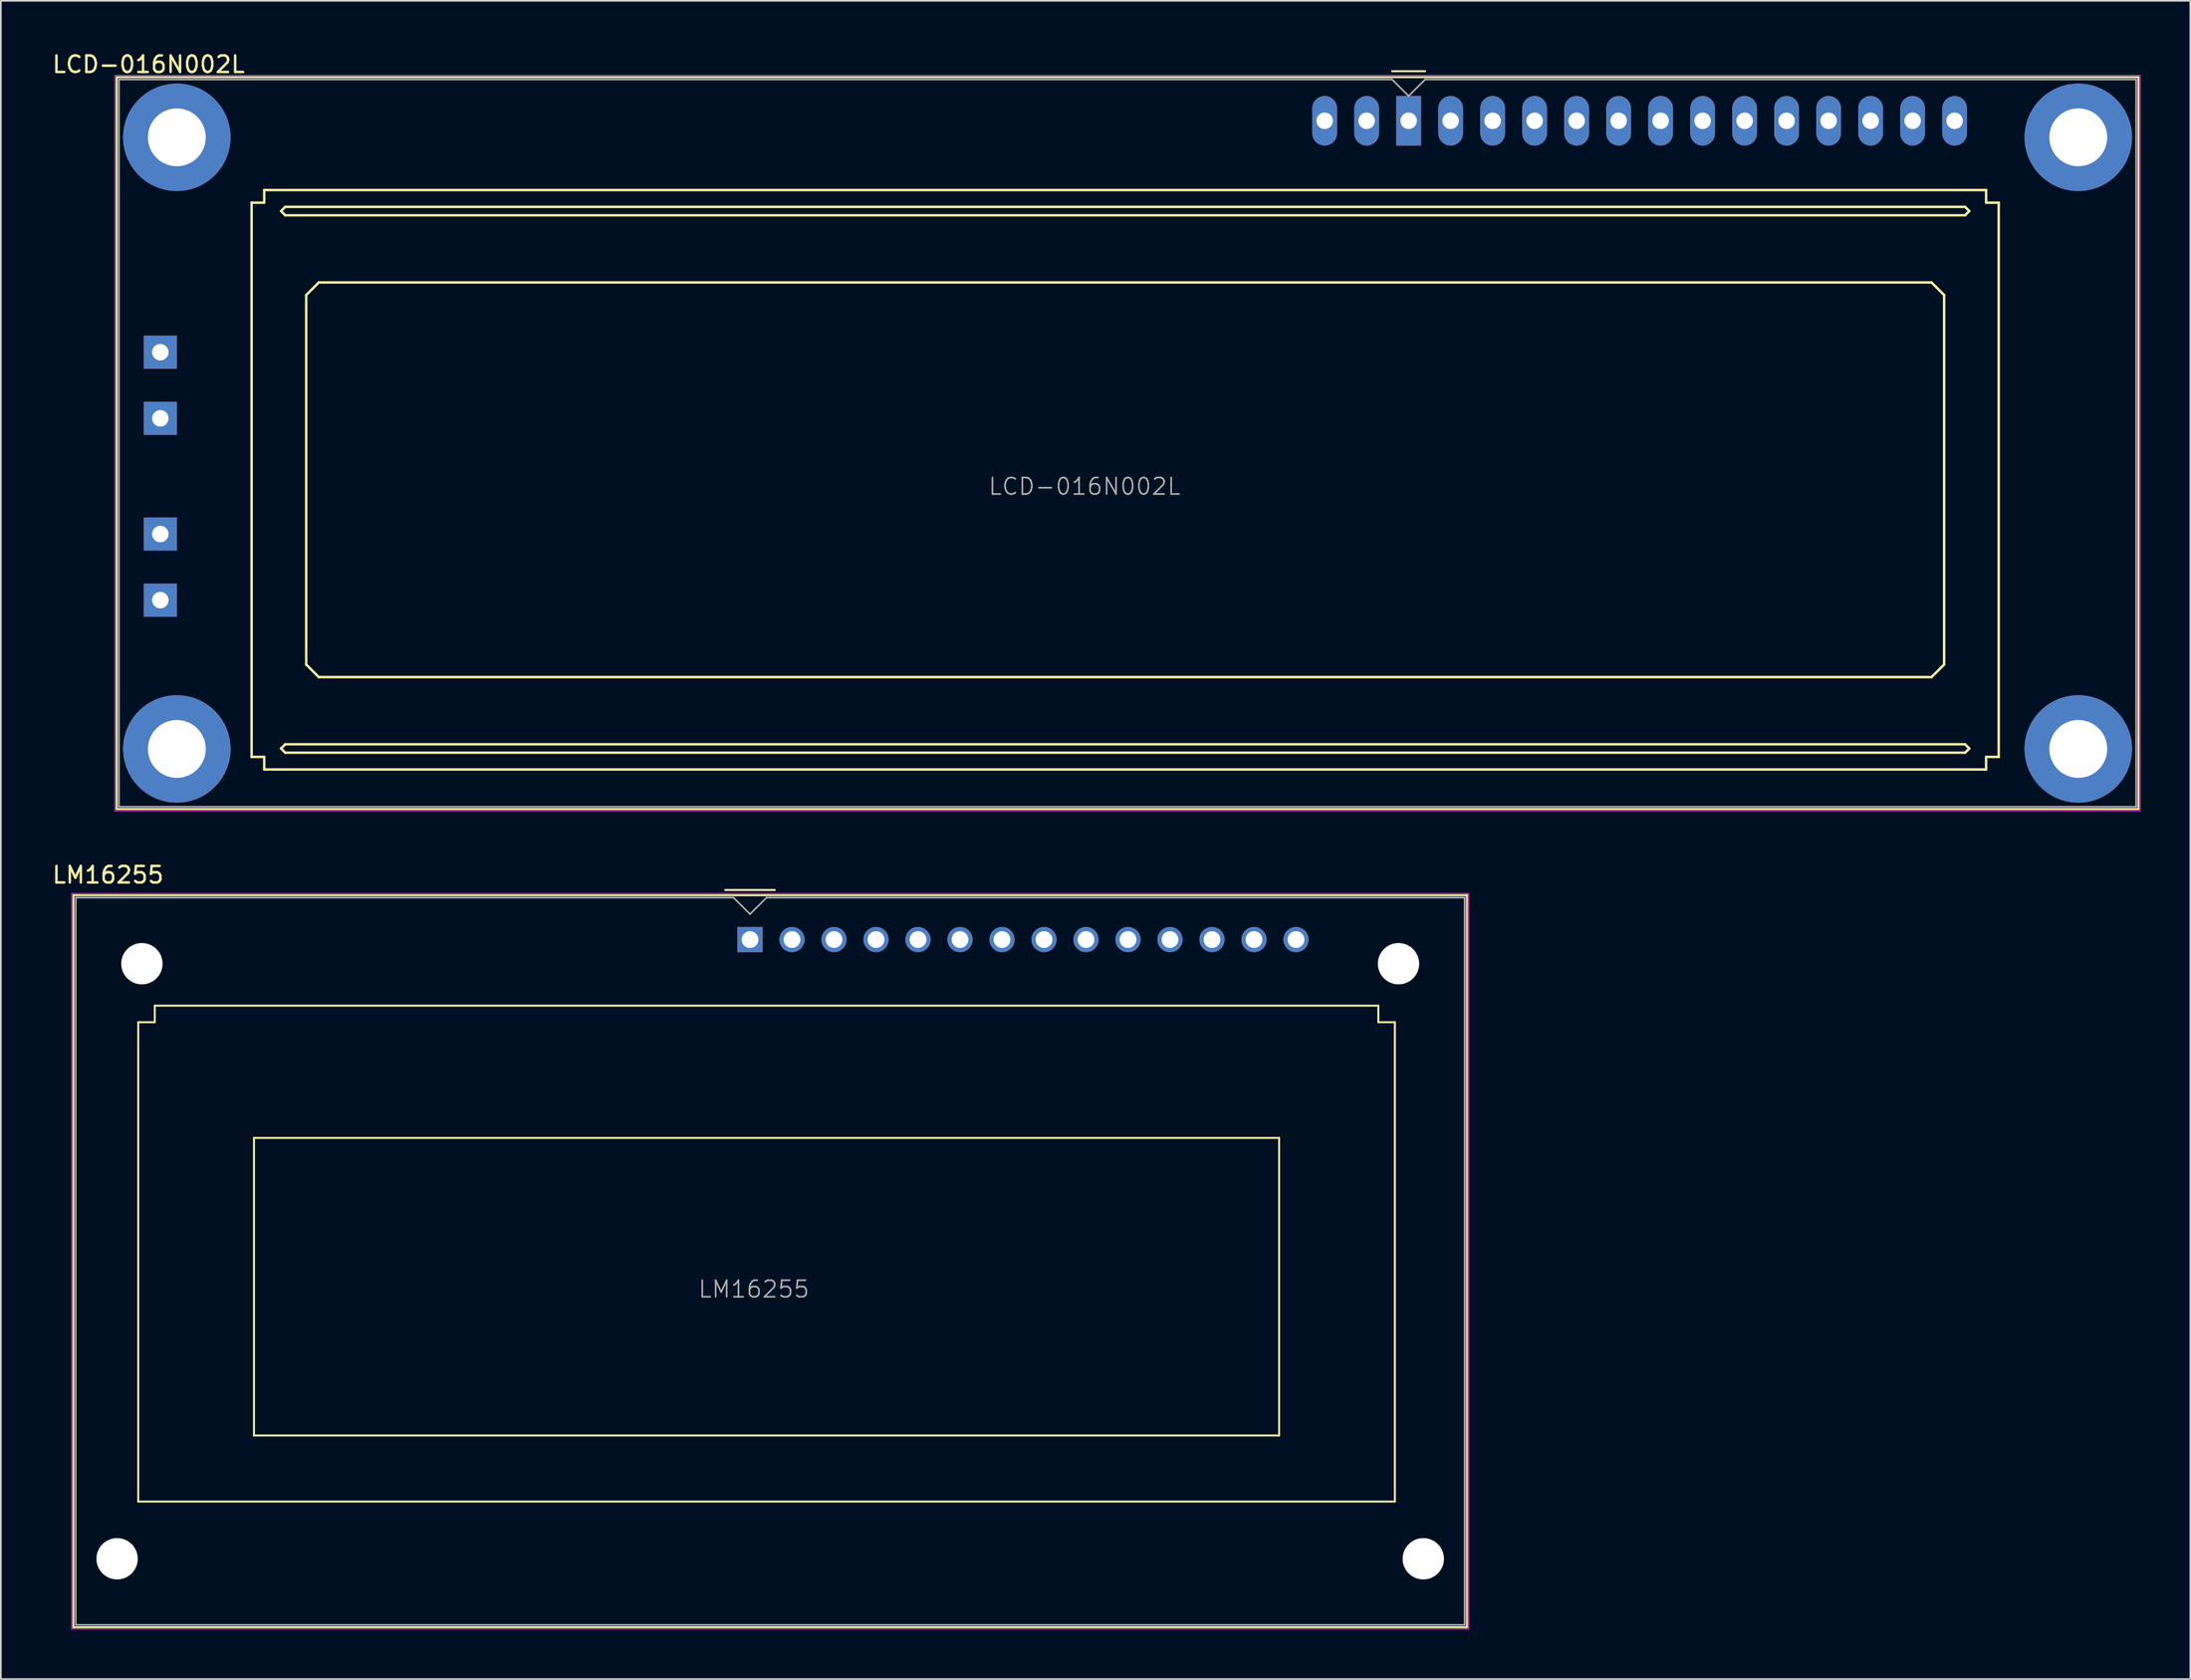
<source format=kicad_pcb>
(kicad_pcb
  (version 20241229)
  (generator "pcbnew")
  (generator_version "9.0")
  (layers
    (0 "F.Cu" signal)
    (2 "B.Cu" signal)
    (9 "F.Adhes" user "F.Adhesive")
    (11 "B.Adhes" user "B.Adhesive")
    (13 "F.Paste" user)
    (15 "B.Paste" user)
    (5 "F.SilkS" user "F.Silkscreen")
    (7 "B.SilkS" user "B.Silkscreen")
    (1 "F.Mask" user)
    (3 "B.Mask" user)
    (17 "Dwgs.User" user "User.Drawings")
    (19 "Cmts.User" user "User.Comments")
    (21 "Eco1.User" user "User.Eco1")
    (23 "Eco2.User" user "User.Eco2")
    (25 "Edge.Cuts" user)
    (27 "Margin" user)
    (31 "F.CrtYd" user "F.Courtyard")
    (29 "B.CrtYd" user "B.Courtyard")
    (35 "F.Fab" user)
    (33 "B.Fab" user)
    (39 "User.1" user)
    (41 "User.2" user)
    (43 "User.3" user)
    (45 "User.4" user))
  (footprint "LCD-016N002L"
    (layer "F.Cu")
    (at 82.145 4.258)
    (property "Reference" "LCD-016N002L" (at -76.21 -3.41 180) (layer "F.SilkS") (effects (font (size 1 1) (thickness 0.15))))
    (attr through_hole)
    (fp_line (start -78.14 -2.64) (end -78.14 41.64) (stroke (width 0.12) (type solid)) (layer "F.SilkS"))
    (fp_line (start -78.14 41.64) (end 44.14 41.64) (stroke (width 0.12) (type solid)) (layer "F.SilkS"))
    (fp_line (start -69.977 4.953) (end -69.977 38.481) (stroke (width 0.15) (type solid)) (layer "F.SilkS"))
    (fp_line (start -69.215 4.191) (end -69.215 4.953) (stroke (width 0.15) (type solid)) (layer "F.SilkS"))
    (fp_line (start -69.215 4.953) (end -69.977 4.953) (stroke (width 0.15) (type solid)) (layer "F.SilkS"))
    (fp_line (start -69.215 38.481) (end -69.977 38.481) (stroke (width 0.15) (type solid)) (layer "F.SilkS"))
    (fp_line (start -69.215 39.243) (end -69.215 38.481) (stroke (width 0.15) (type solid)) (layer "F.SilkS"))
    (fp_line (start -69.215 39.243) (end 34.925 39.243) (stroke (width 0.15) (type solid)) (layer "F.SilkS"))
    (fp_line (start -68.199 5.461) (end -67.945 5.715) (stroke (width 0.15) (type solid)) (layer "F.SilkS"))
    (fp_line (start -68.199 37.973) (end -67.945 38.227) (stroke (width 0.15) (type solid)) (layer "F.SilkS"))
    (fp_line (start -67.945 5.207) (end -68.199 5.461) (stroke (width 0.15) (type solid)) (layer "F.SilkS"))
    (fp_line (start -67.945 5.715) (end 33.655 5.715) (stroke (width 0.15) (type solid)) (layer "F.SilkS"))
    (fp_line (start -67.945 37.719) (end -68.199 37.973) (stroke (width 0.15) (type solid)) (layer "F.SilkS"))
    (fp_line (start -67.945 38.227) (end 33.655 38.227) (stroke (width 0.15) (type solid)) (layer "F.SilkS"))
    (fp_line (start -66.675 10.541) (end -65.913 9.779) (stroke (width 0.15) (type solid)) (layer "F.SilkS"))
    (fp_line (start -66.675 32.893) (end -66.675 10.541) (stroke (width 0.15) (type solid)) (layer "F.SilkS"))
    (fp_line (start -65.913 9.779) (end 31.623 9.779) (stroke (width 0.15) (type solid)) (layer "F.SilkS"))
    (fp_line (start -65.913 33.655) (end -66.675 32.893) (stroke (width 0.15) (type solid)) (layer "F.SilkS"))
    (fp_line (start -1 -3) (end 1 -3) (stroke (width 0.12) (type solid)) (layer "F.SilkS"))
    (fp_line (start 31.623 9.779) (end 32.385 10.541) (stroke (width 0.15) (type solid)) (layer "F.SilkS"))
    (fp_line (start 31.623 33.655) (end -65.913 33.655) (stroke (width 0.15) (type solid)) (layer "F.SilkS"))
    (fp_line (start 32.385 10.541) (end 32.385 32.893) (stroke (width 0.15) (type solid)) (layer "F.SilkS"))
    (fp_line (start 32.385 32.893) (end 31.623 33.655) (stroke (width 0.15) (type solid)) (layer "F.SilkS"))
    (fp_line (start 33.655 5.207) (end -67.945 5.207) (stroke (width 0.15) (type solid)) (layer "F.SilkS"))
    (fp_line (start 33.655 5.207) (end 33.909 5.461) (stroke (width 0.15) (type solid)) (layer "F.SilkS"))
    (fp_line (start 33.655 37.719) (end -67.945 37.719) (stroke (width 0.15) (type solid)) (layer "F.SilkS"))
    (fp_line (start 33.655 38.227) (end 33.909 37.973) (stroke (width 0.15) (type solid)) (layer "F.SilkS"))
    (fp_line (start 33.909 5.461) (end 33.655 5.715) (stroke (width 0.15) (type solid)) (layer "F.SilkS"))
    (fp_line (start 33.909 37.973) (end 33.655 37.719) (stroke (width 0.15) (type solid)) (layer "F.SilkS"))
    (fp_line (start 34.925 4.191) (end -69.215 4.191) (stroke (width 0.15) (type solid)) (layer "F.SilkS"))
    (fp_line (start 34.925 4.191) (end 34.925 4.953) (stroke (width 0.15) (type solid)) (layer "F.SilkS"))
    (fp_line (start 34.925 4.953) (end 35.687 4.953) (stroke (width 0.15) (type solid)) (layer "F.SilkS"))
    (fp_line (start 34.925 38.481) (end 34.925 39.243) (stroke (width 0.15) (type solid)) (layer "F.SilkS"))
    (fp_line (start 35.687 38.481) (end 34.925 38.481) (stroke (width 0.15) (type solid)) (layer "F.SilkS"))
    (fp_line (start 35.687 38.481) (end 35.687 4.953) (stroke (width 0.15) (type solid)) (layer "F.SilkS"))
    (fp_line (start 44.14 -2.64) (end -78.14 -2.64) (stroke (width 0.12) (type solid)) (layer "F.SilkS"))
    (fp_line (start 44.14 -2.64) (end 44.14 41.64) (stroke (width 0.12) (type solid)) (layer "F.SilkS"))
    (fp_line (start -78.25 -2.75) (end -78.25 41.75) (stroke (width 0.05) (type solid)) (layer "F.CrtYd"))
    (fp_line (start -78.25 -2.75) (end 44.25 -2.75) (stroke (width 0.05) (type solid)) (layer "F.CrtYd"))
    (fp_line (start -78.25 41.75) (end 44.25 41.75) (stroke (width 0.05) (type solid)) (layer "F.CrtYd"))
    (fp_line (start 44.25 -2.75) (end 44.25 41.75) (stroke (width 0.05) (type solid)) (layer "F.CrtYd"))
    (fp_line (start -78 -2.5) (end -1 -2.5) (stroke (width 0.1) (type solid)) (layer "F.Fab"))
    (fp_line (start -78 41.5) (end -78 -2.5) (stroke (width 0.1) (type solid)) (layer "F.Fab"))
    (fp_line (start 0 -1.5) (end -1 -2.5) (stroke (width 0.1) (type solid)) (layer "F.Fab"))
    (fp_line (start 1 -2.5) (end 0 -1.5) (stroke (width 0.1) (type solid)) (layer "F.Fab"))
    (fp_line (start 1 -2.5) (end 44 -2.5) (stroke (width 0.1) (type solid)) (layer "F.Fab"))
    (fp_line (start 44 -2.5) (end 44 41.5) (stroke (width 0.1) (type solid)) (layer "F.Fab"))
    (fp_line (start 44 41.5) (end -78 41.5) (stroke (width 0.1) (type solid)) (layer "F.Fab"))
    (fp_text user "${REFERENCE}" (at -19.6 22.12 0) (layer "F.Fab") (effects (font (size 1 1) (thickness 0.1))))
    (pad "" thru_hole circle (at -74.5 1 180) (size 6.5 6.5) (drill 3.5) (layers "*.Cu" "*.Mask"))
    (pad "" thru_hole circle (at -74.5 38 180) (size 6.5 6.5) (drill 3.5) (layers "*.Cu" "*.Mask"))
    (pad "" thru_hole circle (at 40.5 1 180) (size 6.5 6.5) (drill 3.5) (layers "*.Cu" "*.Mask"))
    (pad "" thru_hole circle (at 40.5 38 180) (size 6.5 6.5) (drill 3.5) (layers "*.Cu" "*.Mask"))
    (pad "1" thru_hole rect (at 0 0 180) (size 1.5 3) (drill 1) (layers "*.Cu" "*.Mask"))
    (pad "2" thru_hole oval (at 2.54 0 180) (size 1.5 3) (drill 1) (layers "*.Cu" "*.Mask"))
    (pad "3" thru_hole oval (at 5.08 0 180) (size 1.5 3) (drill 1) (layers "*.Cu" "*.Mask"))
    (pad "4" thru_hole oval (at 7.62 0 180) (size 1.5 3) (drill 1) (layers "*.Cu" "*.Mask"))
    (pad "5" thru_hole oval (at 10.16 0 180) (size 1.5 3) (drill 1) (layers "*.Cu" "*.Mask"))
    (pad "6" thru_hole oval (at 12.7 0 180) (size 1.5 3) (drill 1) (layers "*.Cu" "*.Mask"))
    (pad "7" thru_hole oval (at 15.24 0 180) (size 1.5 3) (drill 1) (layers "*.Cu" "*.Mask"))
    (pad "8" thru_hole oval (at 17.78 0 180) (size 1.5 3) (drill 1) (layers "*.Cu" "*.Mask"))
    (pad "9" thru_hole oval (at 20.32 0 180) (size 1.5 3) (drill 1) (layers "*.Cu" "*.Mask"))
    (pad "10" thru_hole oval (at 22.86 0 180) (size 1.5 3) (drill 1) (layers "*.Cu" "*.Mask"))
    (pad "11" thru_hole oval (at 25.4 0 180) (size 1.5 3) (drill 1) (layers "*.Cu" "*.Mask"))
    (pad "12" thru_hole oval (at 27.94 0 180) (size 1.5 3) (drill 1) (layers "*.Cu" "*.Mask"))
    (pad "13" thru_hole oval (at 30.48 0 180) (size 1.5 3) (drill 1) (layers "*.Cu" "*.Mask"))
    (pad "14" thru_hole oval (at 33.02 0 180) (size 1.5 3) (drill 1) (layers "*.Cu" "*.Mask"))
    (pad "15" thru_hole oval (at -2.54 0 180) (size 1.5 3) (drill 1) (layers "*.Cu" "*.Mask"))
    (pad "16" thru_hole oval (at -5.08 0 180) (size 1.5 3) (drill 1) (layers "*.Cu" "*.Mask"))
    (pad "A1" thru_hole rect (at -75.5 14 180) (size 2 2) (drill 1) (layers "*.Cu" "*.Mask"))
    (pad "A2" thru_hole rect (at -75.5 25 180) (size 2 2) (drill 1) (layers "*.Cu" "*.Mask"))
    (pad "K1" thru_hole rect (at -75.5 18 180) (size 2 2) (drill 1) (layers "*.Cu" "*.Mask"))
    (pad "K2" thru_hole rect (at -75.5 29 180) (size 2 2) (drill 1) (layers "*.Cu" "*.Mask")))
  (footprint "LM16255"
    (layer "F.Cu")
    (at 42.312 53.791)
    (property "Reference" "LM16255" (at -38.83 -3.91 0) (layer "F.SilkS") (effects (font (size 1 1) (thickness 0.15))))
    (attr through_hole)
    (fp_line (start -40.92 -2.68) (end 43.36 -2.68) (stroke (width 0.12) (type solid)) (layer "F.SilkS"))
    (fp_line (start -40.92 41.6) (end -40.92 -2.68) (stroke (width 0.12) (type solid)) (layer "F.SilkS"))
    (fp_line (start -37 5) (end -36 5) (stroke (width 0.12) (type solid)) (layer "F.SilkS"))
    (fp_line (start -37 34) (end -37 5) (stroke (width 0.12) (type solid)) (layer "F.SilkS"))
    (fp_line (start -36 4) (end 38 4) (stroke (width 0.12) (type solid)) (layer "F.SilkS"))
    (fp_line (start -36 5) (end -36 4) (stroke (width 0.12) (type solid)) (layer "F.SilkS"))
    (fp_line (start -30 12) (end 32 12) (stroke (width 0.12) (type solid)) (layer "F.SilkS"))
    (fp_line (start -30 30) (end -30 12) (stroke (width 0.12) (type solid)) (layer "F.SilkS"))
    (fp_line (start -1.5 -3) (end 1.5 -3) (stroke (width 0.12) (type solid)) (layer "F.SilkS"))
    (fp_line (start 32 12) (end 32 30) (stroke (width 0.12) (type solid)) (layer "F.SilkS"))
    (fp_line (start 32 30) (end -30 30) (stroke (width 0.12) (type solid)) (layer "F.SilkS"))
    (fp_line (start 38 4) (end 38 5) (stroke (width 0.12) (type solid)) (layer "F.SilkS"))
    (fp_line (start 38 5) (end 39 5) (stroke (width 0.12) (type solid)) (layer "F.SilkS"))
    (fp_line (start 39 5) (end 39 34) (stroke (width 0.12) (type solid)) (layer "F.SilkS"))
    (fp_line (start 39 34) (end -37 34) (stroke (width 0.12) (type solid)) (layer "F.SilkS"))
    (fp_line (start 43.36 -2.68) (end 43.36 41.6) (stroke (width 0.12) (type solid)) (layer "F.SilkS"))
    (fp_line (start 43.36 41.6) (end -40.92 41.6) (stroke (width 0.12) (type solid)) (layer "F.SilkS"))
    (fp_line (start -41.03 -2.79) (end 43.47 -2.79) (stroke (width 0.05) (type solid)) (layer "F.CrtYd"))
    (fp_line (start -41.03 41.71) (end -41.03 -2.79) (stroke (width 0.05) (type solid)) (layer "F.CrtYd"))
    (fp_line (start 43.47 -2.79) (end 43.47 41.71) (stroke (width 0.05) (type solid)) (layer "F.CrtYd"))
    (fp_line (start 43.47 41.71) (end -41.03 41.71) (stroke (width 0.05) (type solid)) (layer "F.CrtYd"))
    (fp_line (start -40.78 -2.54) (end -40.78 41.46) (stroke (width 0.1) (type solid)) (layer "F.Fab"))
    (fp_line (start -40.78 41.46) (end 43.22 41.46) (stroke (width 0.1) (type solid)) (layer "F.Fab"))
    (fp_line (start -1 -2.54) (end -40.78 -2.54) (stroke (width 0.1) (type solid)) (layer "F.Fab"))
    (fp_line (start 0 -1.54) (end -1 -2.54) (stroke (width 0.1) (type solid)) (layer "F.Fab"))
    (fp_line (start 1 -2.54) (end 0 -1.54) (stroke (width 0.1) (type solid)) (layer "F.Fab"))
    (fp_line (start 1 -2.54) (end 43.22 -2.54) (stroke (width 0.1) (type solid)) (layer "F.Fab"))
    (fp_line (start 43.22 -2.54) (end 43.22 41.46) (stroke (width 0.1) (type solid)) (layer "F.Fab"))
    (fp_text user "${REFERENCE}" (at 0.23 21.15 0) (layer "F.Fab") (effects (font (size 1 1) (thickness 0.1))))
    (pad "" np_thru_hole circle (at -38.28 37.46 180) (size 2.5 2.5) (drill 2.5) (layers "*.Cu" "*.Mask"))
    (pad "" np_thru_hole circle (at -36.78 1.46 180) (size 2.5 2.5) (drill 2.5) (layers "*.Cu" "*.Mask"))
    (pad "" np_thru_hole circle (at 39.22 1.46 180) (size 2.5 2.5) (drill 2.5) (layers "*.Cu" "*.Mask"))
    (pad "" np_thru_hole circle (at 40.72 37.46 180) (size 2.5 2.5) (drill 2.5) (layers "*.Cu" "*.Mask"))
    (pad "1" thru_hole rect (at 0 0 180) (size 1.524 1.524) (drill 1.016) (layers "*.Cu" "*.Mask"))
    (pad "2" thru_hole circle (at 2.54 0 180) (size 1.524 1.524) (drill 1.016) (layers "*.Cu" "*.Mask"))
    (pad "3" thru_hole circle (at 5.08 0 180) (size 1.524 1.524) (drill 1.016) (layers "*.Cu" "*.Mask"))
    (pad "4" thru_hole circle (at 7.62 0 180) (size 1.524 1.524) (drill 1.016) (layers "*.Cu" "*.Mask"))
    (pad "5" thru_hole circle (at 10.16 0 180) (size 1.524 1.524) (drill 1.016) (layers "*.Cu" "*.Mask"))
    (pad "6" thru_hole circle (at 12.7 0 180) (size 1.524 1.524) (drill 1.016) (layers "*.Cu" "*.Mask"))
    (pad "7" thru_hole circle (at 15.24 0 180) (size 1.524 1.524) (drill 1.016) (layers "*.Cu" "*.Mask"))
    (pad "8" thru_hole circle (at 17.78 0 180) (size 1.524 1.524) (drill 1.016) (layers "*.Cu" "*.Mask"))
    (pad "9" thru_hole circle (at 20.32 0 180) (size 1.524 1.524) (drill 1.016) (layers "*.Cu" "*.Mask"))
    (pad "10" thru_hole circle (at 22.86 0 180) (size 1.524 1.524) (drill 1.016) (layers "*.Cu" "*.Mask"))
    (pad "11" thru_hole circle (at 25.4 0 180) (size 1.524 1.524) (drill 1.016) (layers "*.Cu" "*.Mask"))
    (pad "12" thru_hole circle (at 27.94 0 180) (size 1.524 1.524) (drill 1.016) (layers "*.Cu" "*.Mask"))
    (pad "13" thru_hole circle (at 30.48 0 180) (size 1.524 1.524) (drill 1.016) (layers "*.Cu" "*.Mask"))
    (pad "14" thru_hole circle (at 33.02 0 180) (size 1.524 1.524) (drill 1.016) (layers "*.Cu" "*.Mask")))
  (gr_rect
    (start -3 -3)
    (end 129.42 98.526)
    (stroke (width 0.1) (type default))
    (fill no)
    (layer "Edge.Cuts")))
</source>
